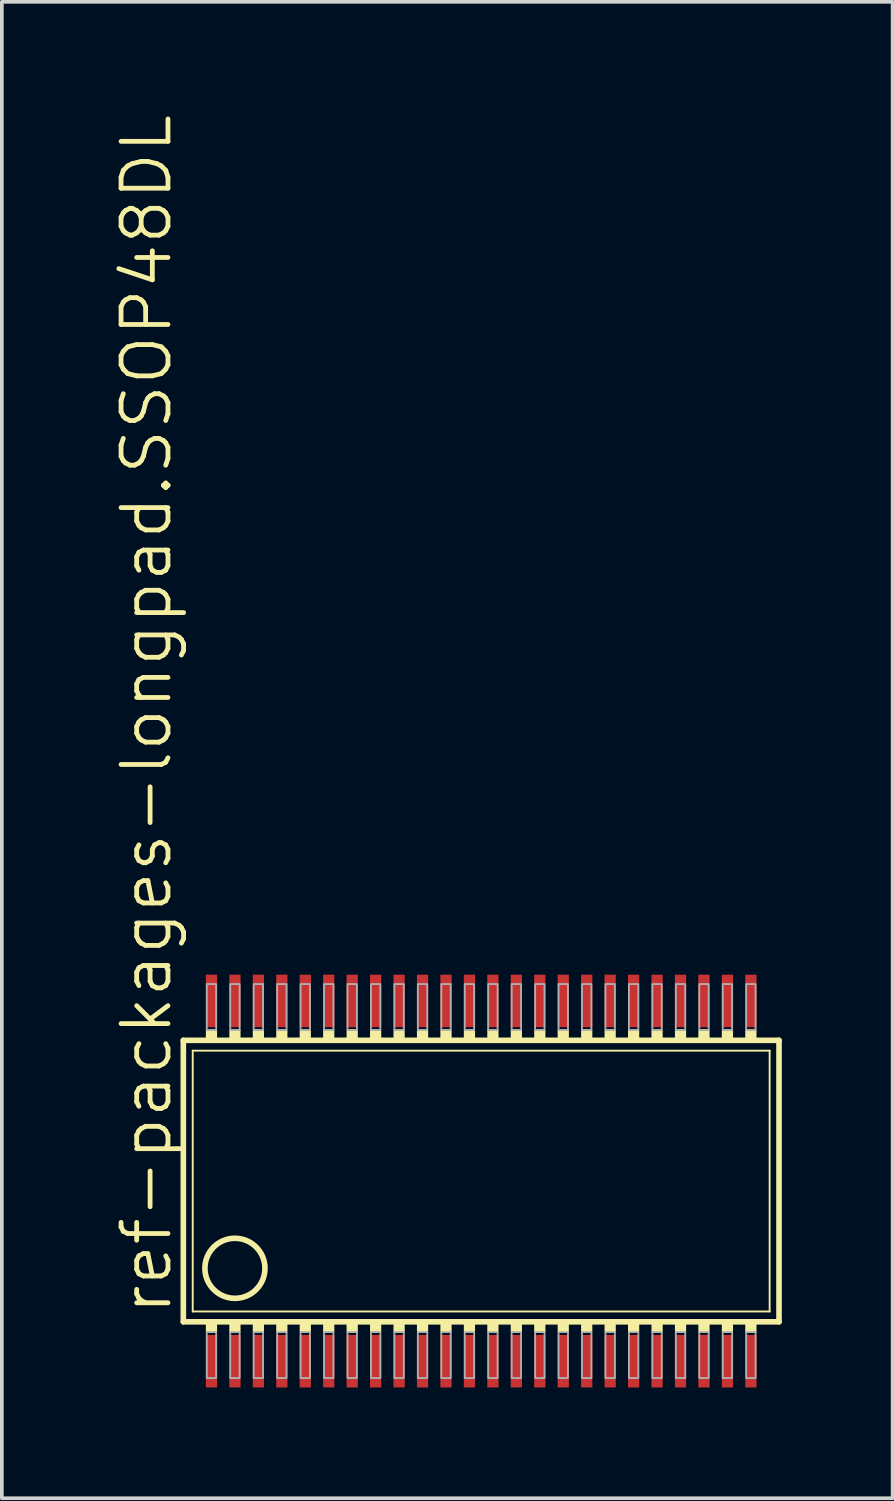
<source format=kicad_pcb>
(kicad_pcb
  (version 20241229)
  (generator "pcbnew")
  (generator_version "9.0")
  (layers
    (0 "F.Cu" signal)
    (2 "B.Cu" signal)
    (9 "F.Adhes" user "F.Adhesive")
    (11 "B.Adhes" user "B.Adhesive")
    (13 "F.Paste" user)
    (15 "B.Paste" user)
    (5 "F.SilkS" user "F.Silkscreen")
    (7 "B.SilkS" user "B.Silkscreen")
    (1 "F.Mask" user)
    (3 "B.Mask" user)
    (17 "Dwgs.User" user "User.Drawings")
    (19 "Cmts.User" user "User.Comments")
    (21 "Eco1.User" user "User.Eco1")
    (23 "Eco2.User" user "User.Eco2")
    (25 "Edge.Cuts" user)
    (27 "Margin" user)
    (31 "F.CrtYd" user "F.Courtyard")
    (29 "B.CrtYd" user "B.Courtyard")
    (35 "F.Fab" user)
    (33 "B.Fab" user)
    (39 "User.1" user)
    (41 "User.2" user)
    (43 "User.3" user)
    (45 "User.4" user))
  (footprint "ref-packages-longpad.SSOP48DL"
    (layer "F.Cu")
    (at 9.661 28.929)
    (property "Reference" "ref-packages-longpad.SSOP48DL" (at -8.001 3.683 90) (layer "F.SilkS") (effects (font (size 1.27 1.27) (thickness 0.13)) (justify left bottom)))
    (attr smd)
    (fp_line (start -7.747 3.81) (end -7.747 -3.81) (stroke (width 0.152) (type default)) (layer "F.SilkS"))
    (fp_line (start -7.747 3.81) (end 8.382 3.81) (stroke (width 0.152) (type default)) (layer "F.SilkS"))
    (fp_line (start -7.493 3.531) (end -7.493 -3.531) (stroke (width 0.051) (type default)) (layer "F.SilkS"))
    (fp_line (start -7.493 3.531) (end 8.128 3.531) (stroke (width 0.051) (type default)) (layer "F.SilkS"))
    (fp_line (start 8.128 -3.531) (end -7.493 -3.531) (stroke (width 0.051) (type default)) (layer "F.SilkS"))
    (fp_line (start 8.128 -3.531) (end 8.128 3.531) (stroke (width 0.051) (type default)) (layer "F.SilkS"))
    (fp_line (start 8.382 -3.81) (end -7.747 -3.81) (stroke (width 0.152) (type default)) (layer "F.SilkS"))
    (fp_line (start 8.382 3.81) (end 8.382 -3.81) (stroke (width 0.152) (type default)) (layer "F.SilkS"))
    (fp_rect (start -7.112 -3.81) (end -6.858 -4.089) (stroke (width 0.05) (type default)) (fill yes) (layer "F.SilkS"))
    (fp_rect (start -7.112 4.089) (end -6.858 3.81) (stroke (width 0.05) (type default)) (fill yes) (layer "F.SilkS"))
    (fp_rect (start -6.477 -3.81) (end -6.223 -4.089) (stroke (width 0.05) (type default)) (fill yes) (layer "F.SilkS"))
    (fp_rect (start -6.477 4.089) (end -6.223 3.81) (stroke (width 0.05) (type default)) (fill yes) (layer "F.SilkS"))
    (fp_rect (start -5.842 -3.81) (end -5.588 -4.089) (stroke (width 0.05) (type default)) (fill yes) (layer "F.SilkS"))
    (fp_rect (start -5.842 4.089) (end -5.588 3.81) (stroke (width 0.05) (type default)) (fill yes) (layer "F.SilkS"))
    (fp_rect (start -5.207 -3.81) (end -4.953 -4.089) (stroke (width 0.05) (type default)) (fill yes) (layer "F.SilkS"))
    (fp_rect (start -5.207 4.089) (end -4.953 3.81) (stroke (width 0.05) (type default)) (fill yes) (layer "F.SilkS"))
    (fp_rect (start -4.572 -3.81) (end -4.318 -4.089) (stroke (width 0.05) (type default)) (fill yes) (layer "F.SilkS"))
    (fp_rect (start -4.572 4.089) (end -4.318 3.81) (stroke (width 0.05) (type default)) (fill yes) (layer "F.SilkS"))
    (fp_rect (start -3.937 -3.81) (end -3.683 -4.089) (stroke (width 0.05) (type default)) (fill yes) (layer "F.SilkS"))
    (fp_rect (start -3.937 4.089) (end -3.683 3.81) (stroke (width 0.05) (type default)) (fill yes) (layer "F.SilkS"))
    (fp_rect (start -3.302 -3.81) (end -3.048 -4.089) (stroke (width 0.05) (type default)) (fill yes) (layer "F.SilkS"))
    (fp_rect (start -3.302 4.089) (end -3.048 3.81) (stroke (width 0.05) (type default)) (fill yes) (layer "F.SilkS"))
    (fp_rect (start -2.667 -3.81) (end -2.413 -4.089) (stroke (width 0.05) (type default)) (fill yes) (layer "F.SilkS"))
    (fp_rect (start -2.667 4.089) (end -2.413 3.81) (stroke (width 0.05) (type default)) (fill yes) (layer "F.SilkS"))
    (fp_rect (start -2.032 -3.81) (end -1.778 -4.089) (stroke (width 0.05) (type default)) (fill yes) (layer "F.SilkS"))
    (fp_rect (start -2.032 4.089) (end -1.778 3.81) (stroke (width 0.05) (type default)) (fill yes) (layer "F.SilkS"))
    (fp_rect (start -1.397 -3.81) (end -1.143 -4.089) (stroke (width 0.05) (type default)) (fill yes) (layer "F.SilkS"))
    (fp_rect (start -1.397 4.089) (end -1.143 3.81) (stroke (width 0.05) (type default)) (fill yes) (layer "F.SilkS"))
    (fp_rect (start -0.762 -3.81) (end -0.508 -4.089) (stroke (width 0.05) (type default)) (fill yes) (layer "F.SilkS"))
    (fp_rect (start -0.762 4.089) (end -0.508 3.81) (stroke (width 0.05) (type default)) (fill yes) (layer "F.SilkS"))
    (fp_rect (start -0.127 -3.81) (end 0.127 -4.089) (stroke (width 0.05) (type default)) (fill yes) (layer "F.SilkS"))
    (fp_rect (start -0.127 4.089) (end 0.127 3.81) (stroke (width 0.05) (type default)) (fill yes) (layer "F.SilkS"))
    (fp_rect (start 0.508 -3.81) (end 0.762 -4.089) (stroke (width 0.05) (type default)) (fill yes) (layer "F.SilkS"))
    (fp_rect (start 0.508 4.089) (end 0.762 3.81) (stroke (width 0.05) (type default)) (fill yes) (layer "F.SilkS"))
    (fp_rect (start 1.143 -3.81) (end 1.397 -4.089) (stroke (width 0.05) (type default)) (fill yes) (layer "F.SilkS"))
    (fp_rect (start 1.143 4.089) (end 1.397 3.81) (stroke (width 0.05) (type default)) (fill yes) (layer "F.SilkS"))
    (fp_rect (start 1.778 -3.81) (end 2.032 -4.089) (stroke (width 0.05) (type default)) (fill yes) (layer "F.SilkS"))
    (fp_rect (start 1.778 4.089) (end 2.032 3.81) (stroke (width 0.05) (type default)) (fill yes) (layer "F.SilkS"))
    (fp_rect (start 2.413 -3.81) (end 2.667 -4.089) (stroke (width 0.05) (type default)) (fill yes) (layer "F.SilkS"))
    (fp_rect (start 2.413 4.089) (end 2.667 3.81) (stroke (width 0.05) (type default)) (fill yes) (layer "F.SilkS"))
    (fp_rect (start 3.048 -3.81) (end 3.302 -4.089) (stroke (width 0.05) (type default)) (fill yes) (layer "F.SilkS"))
    (fp_rect (start 3.048 4.089) (end 3.302 3.81) (stroke (width 0.05) (type default)) (fill yes) (layer "F.SilkS"))
    (fp_rect (start 3.683 -3.81) (end 3.937 -4.089) (stroke (width 0.05) (type default)) (fill yes) (layer "F.SilkS"))
    (fp_rect (start 3.683 4.089) (end 3.937 3.81) (stroke (width 0.05) (type default)) (fill yes) (layer "F.SilkS"))
    (fp_rect (start 4.318 -3.81) (end 4.572 -4.089) (stroke (width 0.05) (type default)) (fill yes) (layer "F.SilkS"))
    (fp_rect (start 4.318 4.089) (end 4.572 3.81) (stroke (width 0.05) (type default)) (fill yes) (layer "F.SilkS"))
    (fp_rect (start 4.953 -3.81) (end 5.207 -4.089) (stroke (width 0.05) (type default)) (fill yes) (layer "F.SilkS"))
    (fp_rect (start 4.953 4.089) (end 5.207 3.81) (stroke (width 0.05) (type default)) (fill yes) (layer "F.SilkS"))
    (fp_rect (start 5.588 -3.81) (end 5.842 -4.089) (stroke (width 0.05) (type default)) (fill yes) (layer "F.SilkS"))
    (fp_rect (start 5.588 4.089) (end 5.842 3.81) (stroke (width 0.05) (type default)) (fill yes) (layer "F.SilkS"))
    (fp_rect (start 6.223 -3.81) (end 6.477 -4.089) (stroke (width 0.05) (type default)) (fill yes) (layer "F.SilkS"))
    (fp_rect (start 6.223 4.089) (end 6.477 3.81) (stroke (width 0.05) (type default)) (fill yes) (layer "F.SilkS"))
    (fp_rect (start 6.858 -3.81) (end 7.112 -4.089) (stroke (width 0.05) (type default)) (fill yes) (layer "F.SilkS"))
    (fp_rect (start 6.858 4.089) (end 7.112 3.81) (stroke (width 0.05) (type default)) (fill yes) (layer "F.SilkS"))
    (fp_rect (start 7.493 -3.81) (end 7.747 -4.089) (stroke (width 0.05) (type default)) (fill yes) (layer "F.SilkS"))
    (fp_rect (start 7.493 4.089) (end 7.747 3.81) (stroke (width 0.05) (type default)) (fill yes) (layer "F.SilkS"))
    (fp_circle (center -6.35 2.362) (end -5.537 2.362) (stroke (width 0.152) (type default)) (fill no) (layer "F.SilkS"))
    (fp_rect (start -7.112 -4.089) (end -6.858 -5.334) (stroke (width 0.05) (type default)) (fill no) (layer "F.Fab"))
    (fp_rect (start -7.112 5.334) (end -6.858 4.089) (stroke (width 0.05) (type default)) (fill no) (layer "F.Fab"))
    (fp_rect (start -6.477 -4.089) (end -6.223 -5.334) (stroke (width 0.05) (type default)) (fill no) (layer "F.Fab"))
    (fp_rect (start -6.477 5.334) (end -6.223 4.089) (stroke (width 0.05) (type default)) (fill no) (layer "F.Fab"))
    (fp_rect (start -5.842 -4.089) (end -5.588 -5.334) (stroke (width 0.05) (type default)) (fill no) (layer "F.Fab"))
    (fp_rect (start -5.842 5.334) (end -5.588 4.089) (stroke (width 0.05) (type default)) (fill no) (layer "F.Fab"))
    (fp_rect (start -5.207 -4.089) (end -4.953 -5.334) (stroke (width 0.05) (type default)) (fill no) (layer "F.Fab"))
    (fp_rect (start -5.207 5.334) (end -4.953 4.089) (stroke (width 0.05) (type default)) (fill no) (layer "F.Fab"))
    (fp_rect (start -4.572 -4.089) (end -4.318 -5.334) (stroke (width 0.05) (type default)) (fill no) (layer "F.Fab"))
    (fp_rect (start -4.572 5.334) (end -4.318 4.089) (stroke (width 0.05) (type default)) (fill no) (layer "F.Fab"))
    (fp_rect (start -3.937 -4.089) (end -3.683 -5.334) (stroke (width 0.05) (type default)) (fill no) (layer "F.Fab"))
    (fp_rect (start -3.937 5.334) (end -3.683 4.089) (stroke (width 0.05) (type default)) (fill no) (layer "F.Fab"))
    (fp_rect (start -3.302 -4.089) (end -3.048 -5.334) (stroke (width 0.05) (type default)) (fill no) (layer "F.Fab"))
    (fp_rect (start -3.302 5.334) (end -3.048 4.089) (stroke (width 0.05) (type default)) (fill no) (layer "F.Fab"))
    (fp_rect (start -2.667 -4.089) (end -2.413 -5.334) (stroke (width 0.05) (type default)) (fill no) (layer "F.Fab"))
    (fp_rect (start -2.667 5.334) (end -2.413 4.089) (stroke (width 0.05) (type default)) (fill no) (layer "F.Fab"))
    (fp_rect (start -2.032 -4.089) (end -1.778 -5.334) (stroke (width 0.05) (type default)) (fill no) (layer "F.Fab"))
    (fp_rect (start -2.032 5.334) (end -1.778 4.089) (stroke (width 0.05) (type default)) (fill no) (layer "F.Fab"))
    (fp_rect (start -1.397 -4.089) (end -1.143 -5.334) (stroke (width 0.05) (type default)) (fill no) (layer "F.Fab"))
    (fp_rect (start -1.397 5.334) (end -1.143 4.089) (stroke (width 0.05) (type default)) (fill no) (layer "F.Fab"))
    (fp_rect (start -0.762 -4.089) (end -0.508 -5.334) (stroke (width 0.05) (type default)) (fill no) (layer "F.Fab"))
    (fp_rect (start -0.762 5.334) (end -0.508 4.089) (stroke (width 0.05) (type default)) (fill no) (layer "F.Fab"))
    (fp_rect (start -0.127 -4.089) (end 0.127 -5.334) (stroke (width 0.05) (type default)) (fill no) (layer "F.Fab"))
    (fp_rect (start -0.127 5.334) (end 0.127 4.089) (stroke (width 0.05) (type default)) (fill no) (layer "F.Fab"))
    (fp_rect (start 0.508 -4.089) (end 0.762 -5.334) (stroke (width 0.05) (type default)) (fill no) (layer "F.Fab"))
    (fp_rect (start 0.508 5.334) (end 0.762 4.089) (stroke (width 0.05) (type default)) (fill no) (layer "F.Fab"))
    (fp_rect (start 1.143 -4.089) (end 1.397 -5.334) (stroke (width 0.05) (type default)) (fill no) (layer "F.Fab"))
    (fp_rect (start 1.143 5.334) (end 1.397 4.089) (stroke (width 0.05) (type default)) (fill no) (layer "F.Fab"))
    (fp_rect (start 1.778 -4.089) (end 2.032 -5.334) (stroke (width 0.05) (type default)) (fill no) (layer "F.Fab"))
    (fp_rect (start 1.778 5.334) (end 2.032 4.089) (stroke (width 0.05) (type default)) (fill no) (layer "F.Fab"))
    (fp_rect (start 2.413 -4.089) (end 2.667 -5.334) (stroke (width 0.05) (type default)) (fill no) (layer "F.Fab"))
    (fp_rect (start 2.413 5.334) (end 2.667 4.089) (stroke (width 0.05) (type default)) (fill no) (layer "F.Fab"))
    (fp_rect (start 3.048 -4.089) (end 3.302 -5.334) (stroke (width 0.05) (type default)) (fill no) (layer "F.Fab"))
    (fp_rect (start 3.048 5.334) (end 3.302 4.089) (stroke (width 0.05) (type default)) (fill no) (layer "F.Fab"))
    (fp_rect (start 3.683 -4.089) (end 3.937 -5.334) (stroke (width 0.05) (type default)) (fill no) (layer "F.Fab"))
    (fp_rect (start 3.683 5.334) (end 3.937 4.089) (stroke (width 0.05) (type default)) (fill no) (layer "F.Fab"))
    (fp_rect (start 4.318 -4.089) (end 4.572 -5.334) (stroke (width 0.05) (type default)) (fill no) (layer "F.Fab"))
    (fp_rect (start 4.318 5.334) (end 4.572 4.089) (stroke (width 0.05) (type default)) (fill no) (layer "F.Fab"))
    (fp_rect (start 4.953 -4.089) (end 5.207 -5.334) (stroke (width 0.05) (type default)) (fill no) (layer "F.Fab"))
    (fp_rect (start 4.953 5.334) (end 5.207 4.089) (stroke (width 0.05) (type default)) (fill no) (layer "F.Fab"))
    (fp_rect (start 5.588 -4.089) (end 5.842 -5.334) (stroke (width 0.05) (type default)) (fill no) (layer "F.Fab"))
    (fp_rect (start 5.588 5.334) (end 5.842 4.089) (stroke (width 0.05) (type default)) (fill no) (layer "F.Fab"))
    (fp_rect (start 6.223 -4.089) (end 6.477 -5.334) (stroke (width 0.05) (type default)) (fill no) (layer "F.Fab"))
    (fp_rect (start 6.223 5.334) (end 6.477 4.089) (stroke (width 0.05) (type default)) (fill no) (layer "F.Fab"))
    (fp_rect (start 6.858 -4.089) (end 7.112 -5.334) (stroke (width 0.05) (type default)) (fill no) (layer "F.Fab"))
    (fp_rect (start 6.858 5.334) (end 7.112 4.089) (stroke (width 0.05) (type default)) (fill no) (layer "F.Fab"))
    (fp_rect (start 7.493 -4.089) (end 7.747 -5.334) (stroke (width 0.05) (type default)) (fill no) (layer "F.Fab"))
    (fp_rect (start 7.493 5.334) (end 7.747 4.089) (stroke (width 0.05) (type default)) (fill no) (layer "F.Fab"))
    (pad "1" smd roundrect (at -6.985 4.877) (size 0.305 1.422) (layers "F.Cu" "F.Mask" "F.Paste") (roundrect_rratio 0.01))
    (pad "2" smd roundrect (at -6.35 4.877) (size 0.305 1.422) (layers "F.Cu" "F.Mask" "F.Paste") (roundrect_rratio 0.01))
    (pad "3" smd roundrect (at -5.715 4.877) (size 0.305 1.422) (layers "F.Cu" "F.Mask" "F.Paste") (roundrect_rratio 0.01))
    (pad "4" smd roundrect (at -5.08 4.877) (size 0.305 1.422) (layers "F.Cu" "F.Mask" "F.Paste") (roundrect_rratio 0.01))
    (pad "5" smd roundrect (at -4.445 4.877) (size 0.305 1.422) (layers "F.Cu" "F.Mask" "F.Paste") (roundrect_rratio 0.01))
    (pad "6" smd roundrect (at -3.81 4.877) (size 0.305 1.422) (layers "F.Cu" "F.Mask" "F.Paste") (roundrect_rratio 0.01))
    (pad "7" smd roundrect (at -3.175 4.877) (size 0.305 1.422) (layers "F.Cu" "F.Mask" "F.Paste") (roundrect_rratio 0.01))
    (pad "8" smd roundrect (at -2.54 4.877) (size 0.305 1.422) (layers "F.Cu" "F.Mask" "F.Paste") (roundrect_rratio 0.01))
    (pad "9" smd roundrect (at -1.905 4.877) (size 0.305 1.422) (layers "F.Cu" "F.Mask" "F.Paste") (roundrect_rratio 0.01))
    (pad "10" smd roundrect (at -1.27 4.877) (size 0.305 1.422) (layers "F.Cu" "F.Mask" "F.Paste") (roundrect_rratio 0.01))
    (pad "11" smd roundrect (at -0.635 4.877) (size 0.305 1.422) (layers "F.Cu" "F.Mask" "F.Paste") (roundrect_rratio 0.01))
    (pad "12" smd roundrect (at 0 4.877) (size 0.305 1.422) (layers "F.Cu" "F.Mask" "F.Paste") (roundrect_rratio 0.01))
    (pad "13" smd roundrect (at 0.635 4.877) (size 0.305 1.422) (layers "F.Cu" "F.Mask" "F.Paste") (roundrect_rratio 0.01))
    (pad "14" smd roundrect (at 1.27 4.877) (size 0.305 1.422) (layers "F.Cu" "F.Mask" "F.Paste") (roundrect_rratio 0.01))
    (pad "15" smd roundrect (at 1.905 4.877) (size 0.305 1.422) (layers "F.Cu" "F.Mask" "F.Paste") (roundrect_rratio 0.01))
    (pad "16" smd roundrect (at 2.54 4.877) (size 0.305 1.422) (layers "F.Cu" "F.Mask" "F.Paste") (roundrect_rratio 0.01))
    (pad "17" smd roundrect (at 3.175 4.877) (size 0.305 1.422) (layers "F.Cu" "F.Mask" "F.Paste") (roundrect_rratio 0.01))
    (pad "18" smd roundrect (at 3.81 4.877) (size 0.305 1.422) (layers "F.Cu" "F.Mask" "F.Paste") (roundrect_rratio 0.01))
    (pad "19" smd roundrect (at 4.445 4.877) (size 0.305 1.422) (layers "F.Cu" "F.Mask" "F.Paste") (roundrect_rratio 0.01))
    (pad "20" smd roundrect (at 5.08 4.877) (size 0.305 1.422) (layers "F.Cu" "F.Mask" "F.Paste") (roundrect_rratio 0.01))
    (pad "21" smd roundrect (at 5.715 4.877) (size 0.305 1.422) (layers "F.Cu" "F.Mask" "F.Paste") (roundrect_rratio 0.01))
    (pad "22" smd roundrect (at 6.35 4.877) (size 0.305 1.422) (layers "F.Cu" "F.Mask" "F.Paste") (roundrect_rratio 0.01))
    (pad "23" smd roundrect (at 6.985 4.877) (size 0.305 1.422) (layers "F.Cu" "F.Mask" "F.Paste") (roundrect_rratio 0.01))
    (pad "24" smd roundrect (at 7.62 4.877) (size 0.305 1.422) (layers "F.Cu" "F.Mask" "F.Paste") (roundrect_rratio 0.01))
    (pad "25" smd roundrect (at 7.62 -4.877) (size 0.305 1.422) (layers "F.Cu" "F.Mask" "F.Paste") (roundrect_rratio 0.01))
    (pad "26" smd roundrect (at 6.985 -4.877) (size 0.305 1.422) (layers "F.Cu" "F.Mask" "F.Paste") (roundrect_rratio 0.01))
    (pad "27" smd roundrect (at 6.35 -4.877) (size 0.305 1.422) (layers "F.Cu" "F.Mask" "F.Paste") (roundrect_rratio 0.01))
    (pad "28" smd roundrect (at 5.715 -4.877) (size 0.305 1.422) (layers "F.Cu" "F.Mask" "F.Paste") (roundrect_rratio 0.01))
    (pad "29" smd roundrect (at 5.08 -4.877) (size 0.305 1.422) (layers "F.Cu" "F.Mask" "F.Paste") (roundrect_rratio 0.01))
    (pad "30" smd roundrect (at 4.445 -4.877) (size 0.305 1.422) (layers "F.Cu" "F.Mask" "F.Paste") (roundrect_rratio 0.01))
    (pad "31" smd roundrect (at 3.81 -4.877) (size 0.305 1.422) (layers "F.Cu" "F.Mask" "F.Paste") (roundrect_rratio 0.01))
    (pad "32" smd roundrect (at 3.175 -4.877) (size 0.305 1.422) (layers "F.Cu" "F.Mask" "F.Paste") (roundrect_rratio 0.01))
    (pad "33" smd roundrect (at 2.54 -4.877) (size 0.305 1.422) (layers "F.Cu" "F.Mask" "F.Paste") (roundrect_rratio 0.01))
    (pad "34" smd roundrect (at 1.905 -4.877) (size 0.305 1.422) (layers "F.Cu" "F.Mask" "F.Paste") (roundrect_rratio 0.01))
    (pad "35" smd roundrect (at 1.27 -4.877) (size 0.305 1.422) (layers "F.Cu" "F.Mask" "F.Paste") (roundrect_rratio 0.01))
    (pad "36" smd roundrect (at 0.635 -4.877) (size 0.305 1.422) (layers "F.Cu" "F.Mask" "F.Paste") (roundrect_rratio 0.01))
    (pad "37" smd roundrect (at 0 -4.877) (size 0.305 1.422) (layers "F.Cu" "F.Mask" "F.Paste") (roundrect_rratio 0.01))
    (pad "38" smd roundrect (at -0.635 -4.877) (size 0.305 1.422) (layers "F.Cu" "F.Mask" "F.Paste") (roundrect_rratio 0.01))
    (pad "39" smd roundrect (at -1.27 -4.877) (size 0.305 1.422) (layers "F.Cu" "F.Mask" "F.Paste") (roundrect_rratio 0.01))
    (pad "40" smd roundrect (at -1.905 -4.877) (size 0.305 1.422) (layers "F.Cu" "F.Mask" "F.Paste") (roundrect_rratio 0.01))
    (pad "41" smd roundrect (at -2.54 -4.877) (size 0.305 1.422) (layers "F.Cu" "F.Mask" "F.Paste") (roundrect_rratio 0.01))
    (pad "42" smd roundrect (at -3.175 -4.877) (size 0.305 1.422) (layers "F.Cu" "F.Mask" "F.Paste") (roundrect_rratio 0.01))
    (pad "43" smd roundrect (at -3.81 -4.877) (size 0.305 1.422) (layers "F.Cu" "F.Mask" "F.Paste") (roundrect_rratio 0.01))
    (pad "44" smd roundrect (at -4.445 -4.877) (size 0.305 1.422) (layers "F.Cu" "F.Mask" "F.Paste") (roundrect_rratio 0.01))
    (pad "45" smd roundrect (at -5.08 -4.877) (size 0.305 1.422) (layers "F.Cu" "F.Mask" "F.Paste") (roundrect_rratio 0.01))
    (pad "46" smd roundrect (at -5.715 -4.877) (size 0.305 1.422) (layers "F.Cu" "F.Mask" "F.Paste") (roundrect_rratio 0.01))
    (pad "47" smd roundrect (at -6.35 -4.877) (size 0.305 1.422) (layers "F.Cu" "F.Mask" "F.Paste") (roundrect_rratio 0.01))
    (pad "48" smd roundrect (at -6.985 -4.877) (size 0.305 1.422) (layers "F.Cu" "F.Mask" "F.Paste") (roundrect_rratio 0.01)))
  (gr_rect
    (start -3 -3)
    (end 21.119 37.517)
    (stroke (width 0.1) (type default))
    (fill no)
    (layer "Edge.Cuts")))
</source>
